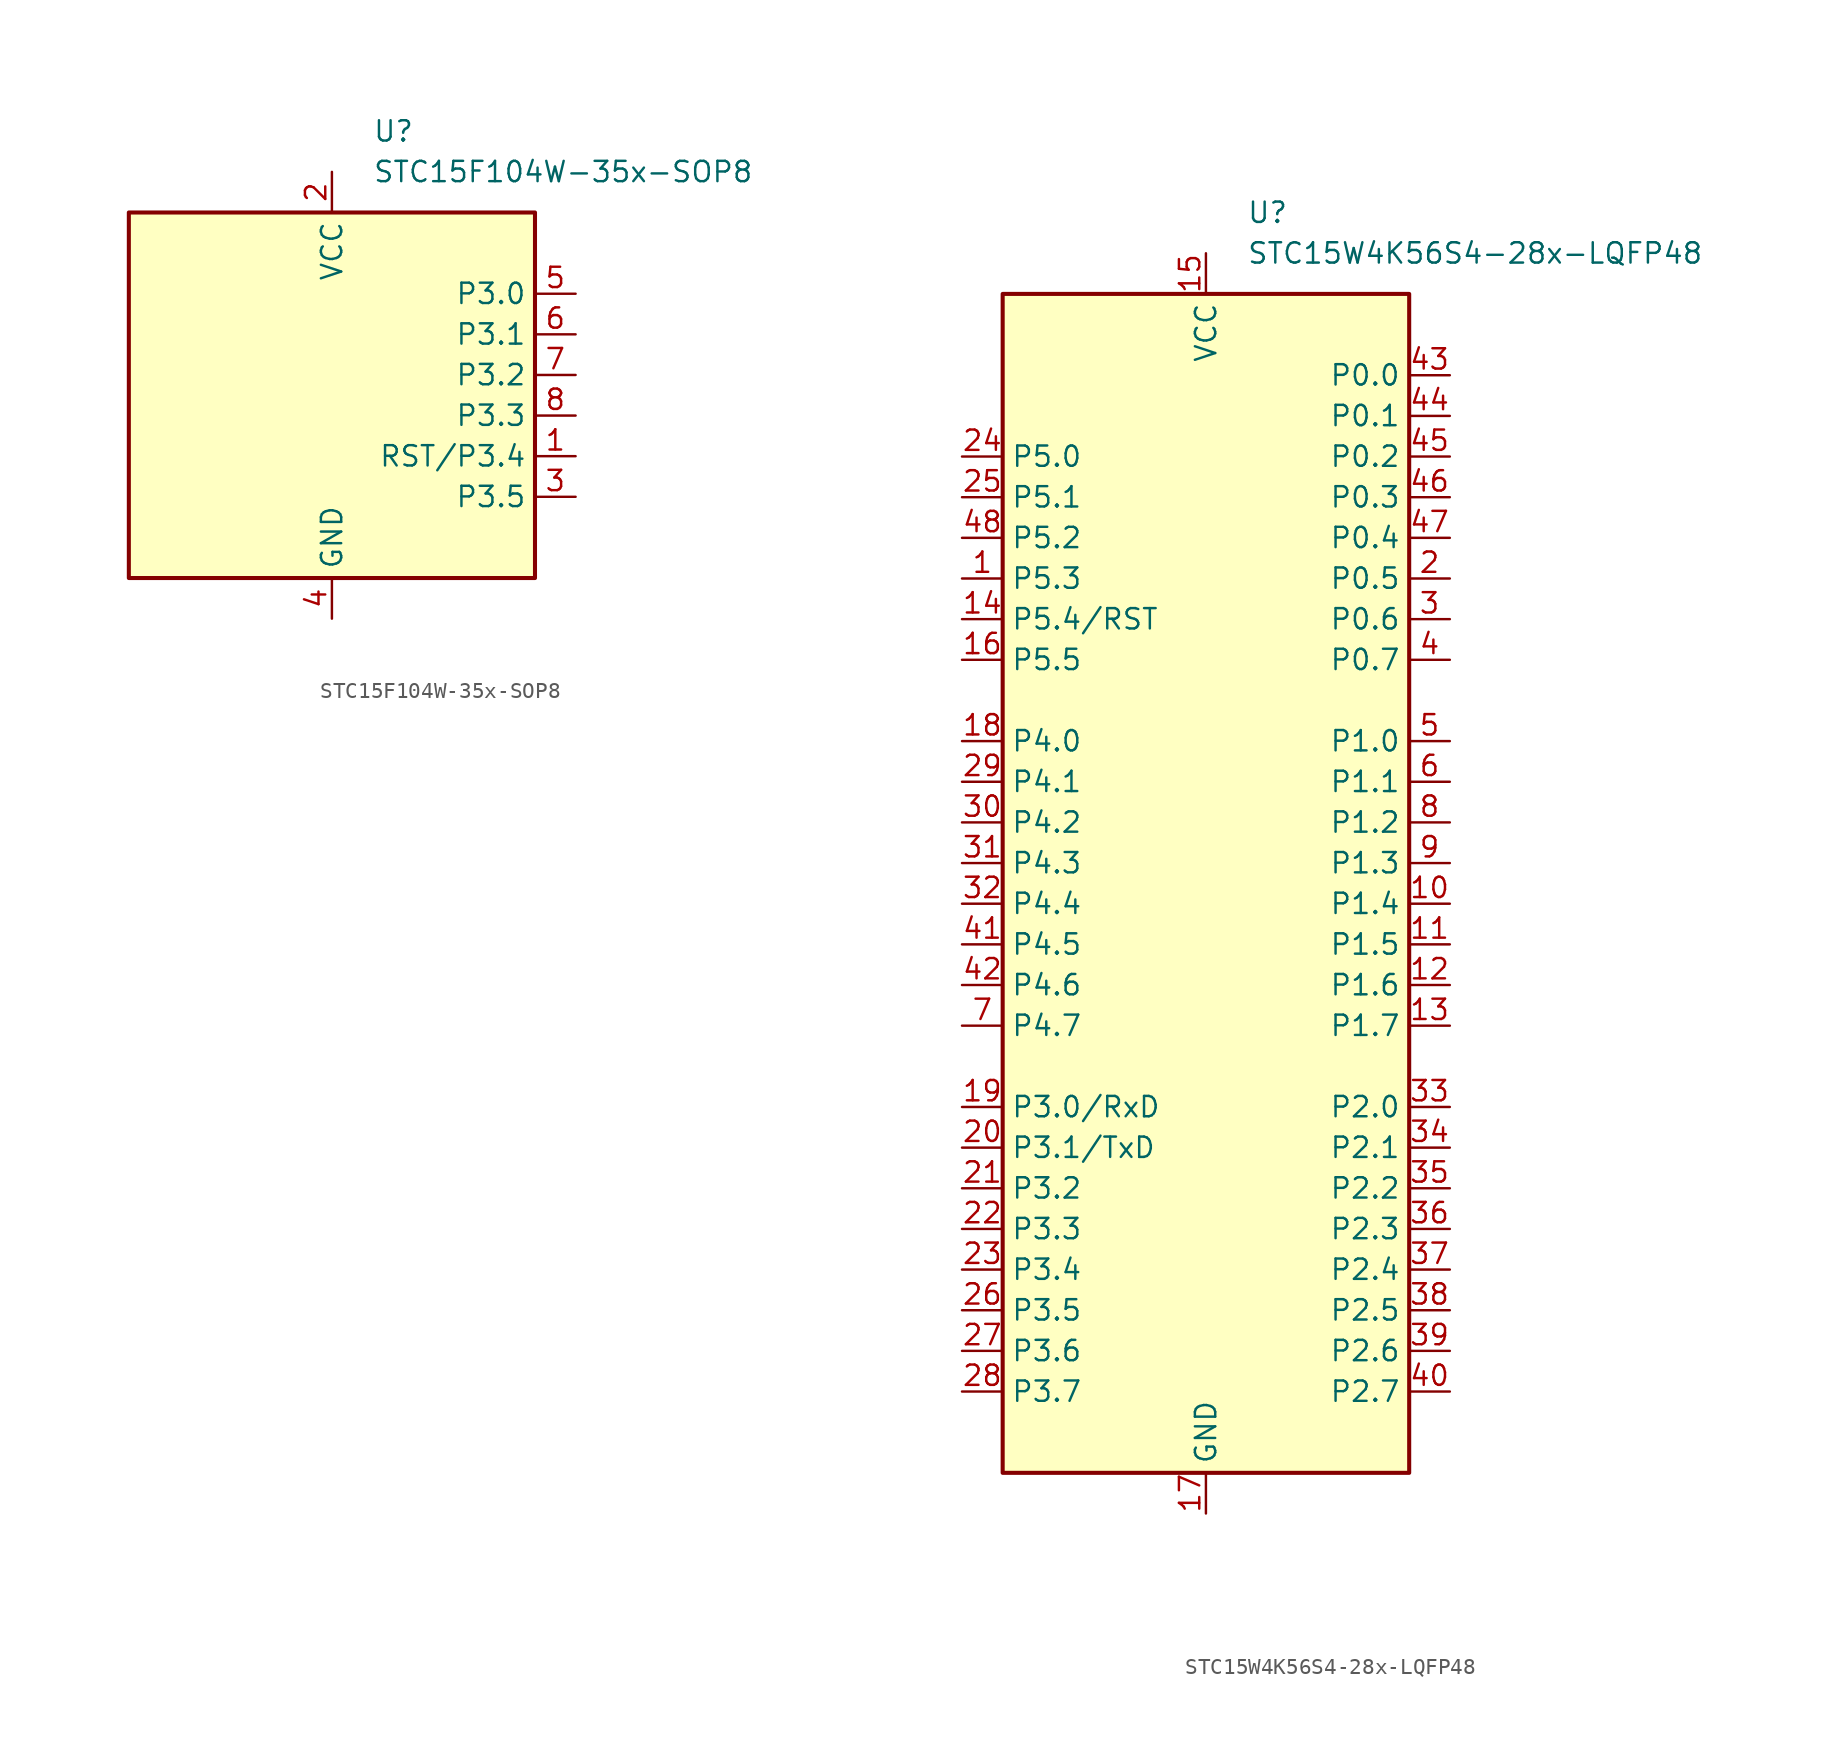
<source format=kicad_sym>
(kicad_symbol_lib
  (version 20211014)
  (generator kicad_symbol_editor)
  (symbol "STC15F104W-35x-SOP8"
    (property "Reference" "U"
      (at 2.54 16.51 0)
      (effects (font (size 1.27 1.27)) (justify left)))
    (property "Value" "STC15F104W-35x-SOP8"
      (at 2.54 13.97 0)
      (effects (font (size 1.27 1.27)) (justify left)))
    (symbol "STC15F104W-35x-SOP8_0_1"
      (rectangle (start -12.7 11.43) (end 12.7 -11.43) (stroke (width 0.254) (type default) (color 0 0 0 0)) (fill (type background))))
    (symbol "STC15F104W-35x-SOP8_1_1"
      (pin bidirectional line (at 15.24 -3.81 180) (length 2.54) (name "RST/P3.4" (effects (font (size 1.27 1.27)))) (number "1" (effects (font (size 1.27 1.27)))))
      (pin power_in line (at 0 13.97 270) (length 2.54) (name "VCC" (effects (font (size 1.27 1.27)))) (number "2" (effects (font (size 1.27 1.27)))))
      (pin bidirectional line (at 15.24 -6.35 180) (length 2.54) (name "P3.5" (effects (font (size 1.27 1.27)))) (number "3" (effects (font (size 1.27 1.27)))))
      (pin power_in line (at 0 -13.97 90) (length 2.54) (name "GND" (effects (font (size 1.27 1.27)))) (number "4" (effects (font (size 1.27 1.27)))))
      (pin bidirectional line (at 15.24 6.35 180) (length 2.54) (name "P3.0" (effects (font (size 1.27 1.27)))) (number "5" (effects (font (size 1.27 1.27)))))
      (pin bidirectional line (at 15.24 3.81 180) (length 2.54) (name "P3.1" (effects (font (size 1.27 1.27)))) (number "6" (effects (font (size 1.27 1.27)))))
      (pin bidirectional line (at 15.24 1.27 180) (length 2.54) (name "P3.2" (effects (font (size 1.27 1.27)))) (number "7" (effects (font (size 1.27 1.27)))))
      (pin bidirectional line (at 15.24 -1.27 180) (length 2.54) (name "P3.3" (effects (font (size 1.27 1.27)))) (number "8" (effects (font (size 1.27 1.27)))))))
  (symbol "STC15W4K56S4-28x-LQFP48"
    (property "Reference" "U"
      (at 2.54 41.91 0)
      (effects (font (size 1.27 1.27)) (justify left)))
    (property "Value" "STC15W4K56S4-28x-LQFP48"
      (at 2.54 39.37 0)
      (effects (font (size 1.27 1.27)) (justify left)))
    (symbol "STC15W4K56S4-28x-LQFP48_0_1"
      (rectangle (start -12.7 36.83) (end 12.7 -36.83) (stroke (width 0.254) (type default) (color 0 0 0 0)) (fill (type background))))
    (symbol "STC15W4K56S4-28x-LQFP48_1_1"
      (pin bidirectional line (at -15.24 19.05 0) (length 2.54) (name "P5.3" (effects (font (size 1.27 1.27)))) (number "1" (effects (font (size 1.27 1.27)))))
      (pin bidirectional line (at 15.24 -1.27 180) (length 2.54) (name "P1.4" (effects (font (size 1.27 1.27)))) (number "10" (effects (font (size 1.27 1.27)))))
      (pin bidirectional line (at 15.24 -3.81 180) (length 2.54) (name "P1.5" (effects (font (size 1.27 1.27)))) (number "11" (effects (font (size 1.27 1.27)))))
      (pin bidirectional line (at 15.24 -6.35 180) (length 2.54) (name "P1.6" (effects (font (size 1.27 1.27)))) (number "12" (effects (font (size 1.27 1.27)))))
      (pin bidirectional line (at 15.24 -8.89 180) (length 2.54) (name "P1.7" (effects (font (size 1.27 1.27)))) (number "13" (effects (font (size 1.27 1.27)))))
      (pin bidirectional line (at -15.24 16.51 0) (length 2.54) (name "P5.4/RST" (effects (font (size 1.27 1.27)))) (number "14" (effects (font (size 1.27 1.27)))))
      (pin power_in line (at 0 39.37 270) (length 2.54) (name "VCC" (effects (font (size 1.27 1.27)))) (number "15" (effects (font (size 1.27 1.27)))))
      (pin bidirectional line (at -15.24 13.97 0) (length 2.54) (name "P5.5" (effects (font (size 1.27 1.27)))) (number "16" (effects (font (size 1.27 1.27)))))
      (pin power_in line (at 0 -39.37 90) (length 2.54) (name "GND" (effects (font (size 1.27 1.27)))) (number "17" (effects (font (size 1.27 1.27)))))
      (pin bidirectional line (at -15.24 8.89 0) (length 2.54) (name "P4.0" (effects (font (size 1.27 1.27)))) (number "18" (effects (font (size 1.27 1.27)))))
      (pin bidirectional line (at -15.24 -13.97 0) (length 2.54) (name "P3.0/RxD" (effects (font (size 1.27 1.27)))) (number "19" (effects (font (size 1.27 1.27)))))
      (pin bidirectional line (at 15.24 19.05 180) (length 2.54) (name "P0.5" (effects (font (size 1.27 1.27)))) (number "2" (effects (font (size 1.27 1.27)))))
      (pin bidirectional line (at -15.24 -16.51 0) (length 2.54) (name "P3.1/TxD" (effects (font (size 1.27 1.27)))) (number "20" (effects (font (size 1.27 1.27)))))
      (pin bidirectional line (at -15.24 -19.05 0) (length 2.54) (name "P3.2" (effects (font (size 1.27 1.27)))) (number "21" (effects (font (size 1.27 1.27)))))
      (pin bidirectional line (at -15.24 -21.59 0) (length 2.54) (name "P3.3" (effects (font (size 1.27 1.27)))) (number "22" (effects (font (size 1.27 1.27)))))
      (pin bidirectional line (at -15.24 -24.13 0) (length 2.54) (name "P3.4" (effects (font (size 1.27 1.27)))) (number "23" (effects (font (size 1.27 1.27)))))
      (pin bidirectional line (at -15.24 26.67 0) (length 2.54) (name "P5.0" (effects (font (size 1.27 1.27)))) (number "24" (effects (font (size 1.27 1.27)))))
      (pin bidirectional line (at -15.24 24.13 0) (length 2.54) (name "P5.1" (effects (font (size 1.27 1.27)))) (number "25" (effects (font (size 1.27 1.27)))))
      (pin bidirectional line (at -15.24 -26.67 0) (length 2.54) (name "P3.5" (effects (font (size 1.27 1.27)))) (number "26" (effects (font (size 1.27 1.27)))))
      (pin bidirectional line (at -15.24 -29.21 0) (length 2.54) (name "P3.6" (effects (font (size 1.27 1.27)))) (number "27" (effects (font (size 1.27 1.27)))))
      (pin bidirectional line (at -15.24 -31.75 0) (length 2.54) (name "P3.7" (effects (font (size 1.27 1.27)))) (number "28" (effects (font (size 1.27 1.27)))))
      (pin bidirectional line (at -15.24 6.35 0) (length 2.54) (name "P4.1" (effects (font (size 1.27 1.27)))) (number "29" (effects (font (size 1.27 1.27)))))
      (pin bidirectional line (at 15.24 16.51 180) (length 2.54) (name "P0.6" (effects (font (size 1.27 1.27)))) (number "3" (effects (font (size 1.27 1.27)))))
      (pin bidirectional line (at -15.24 3.81 0) (length 2.54) (name "P4.2" (effects (font (size 1.27 1.27)))) (number "30" (effects (font (size 1.27 1.27)))))
      (pin bidirectional line (at -15.24 1.27 0) (length 2.54) (name "P4.3" (effects (font (size 1.27 1.27)))) (number "31" (effects (font (size 1.27 1.27)))))
      (pin bidirectional line (at -15.24 -1.27 0) (length 2.54) (name "P4.4" (effects (font (size 1.27 1.27)))) (number "32" (effects (font (size 1.27 1.27)))))
      (pin bidirectional line (at 15.24 -13.97 180) (length 2.54) (name "P2.0" (effects (font (size 1.27 1.27)))) (number "33" (effects (font (size 1.27 1.27)))))
      (pin bidirectional line (at 15.24 -16.51 180) (length 2.54) (name "P2.1" (effects (font (size 1.27 1.27)))) (number "34" (effects (font (size 1.27 1.27)))))
      (pin bidirectional line (at 15.24 -19.05 180) (length 2.54) (name "P2.2" (effects (font (size 1.27 1.27)))) (number "35" (effects (font (size 1.27 1.27)))))
      (pin bidirectional line (at 15.24 -21.59 180) (length 2.54) (name "P2.3" (effects (font (size 1.27 1.27)))) (number "36" (effects (font (size 1.27 1.27)))))
      (pin bidirectional line (at 15.24 -24.13 180) (length 2.54) (name "P2.4" (effects (font (size 1.27 1.27)))) (number "37" (effects (font (size 1.27 1.27)))))
      (pin bidirectional line (at 15.24 -26.67 180) (length 2.54) (name "P2.5" (effects (font (size 1.27 1.27)))) (number "38" (effects (font (size 1.27 1.27)))))
      (pin bidirectional line (at 15.24 -29.21 180) (length 2.54) (name "P2.6" (effects (font (size 1.27 1.27)))) (number "39" (effects (font (size 1.27 1.27)))))
      (pin bidirectional line (at 15.24 13.97 180) (length 2.54) (name "P0.7" (effects (font (size 1.27 1.27)))) (number "4" (effects (font (size 1.27 1.27)))))
      (pin bidirectional line (at 15.24 -31.75 180) (length 2.54) (name "P2.7" (effects (font (size 1.27 1.27)))) (number "40" (effects (font (size 1.27 1.27)))))
      (pin bidirectional line (at -15.24 -3.81 0) (length 2.54) (name "P4.5" (effects (font (size 1.27 1.27)))) (number "41" (effects (font (size 1.27 1.27)))))
      (pin bidirectional line (at -15.24 -6.35 0) (length 2.54) (name "P4.6" (effects (font (size 1.27 1.27)))) (number "42" (effects (font (size 1.27 1.27)))))
      (pin bidirectional line (at 15.24 31.75 180) (length 2.54) (name "P0.0" (effects (font (size 1.27 1.27)))) (number "43" (effects (font (size 1.27 1.27)))))
      (pin bidirectional line (at 15.24 29.21 180) (length 2.54) (name "P0.1" (effects (font (size 1.27 1.27)))) (number "44" (effects (font (size 1.27 1.27)))))
      (pin bidirectional line (at 15.24 26.67 180) (length 2.54) (name "P0.2" (effects (font (size 1.27 1.27)))) (number "45" (effects (font (size 1.27 1.27)))))
      (pin bidirectional line (at 15.24 24.13 180) (length 2.54) (name "P0.3" (effects (font (size 1.27 1.27)))) (number "46" (effects (font (size 1.27 1.27)))))
      (pin bidirectional line (at 15.24 21.59 180) (length 2.54) (name "P0.4" (effects (font (size 1.27 1.27)))) (number "47" (effects (font (size 1.27 1.27)))))
      (pin bidirectional line (at -15.24 21.59 0) (length 2.54) (name "P5.2" (effects (font (size 1.27 1.27)))) (number "48" (effects (font (size 1.27 1.27)))))
      (pin bidirectional line (at 15.24 8.89 180) (length 2.54) (name "P1.0" (effects (font (size 1.27 1.27)))) (number "5" (effects (font (size 1.27 1.27)))))
      (pin bidirectional line (at 15.24 6.35 180) (length 2.54) (name "P1.1" (effects (font (size 1.27 1.27)))) (number "6" (effects (font (size 1.27 1.27)))))
      (pin bidirectional line (at -15.24 -8.89 0) (length 2.54) (name "P4.7" (effects (font (size 1.27 1.27)))) (number "7" (effects (font (size 1.27 1.27)))))
      (pin bidirectional line (at 15.24 3.81 180) (length 2.54) (name "P1.2" (effects (font (size 1.27 1.27)))) (number "8" (effects (font (size 1.27 1.27)))))
      (pin bidirectional line (at 15.24 1.27 180) (length 2.54) (name "P1.3" (effects (font (size 1.27 1.27)))) (number "9" (effects (font (size 1.27 1.27))))))))
</source>
